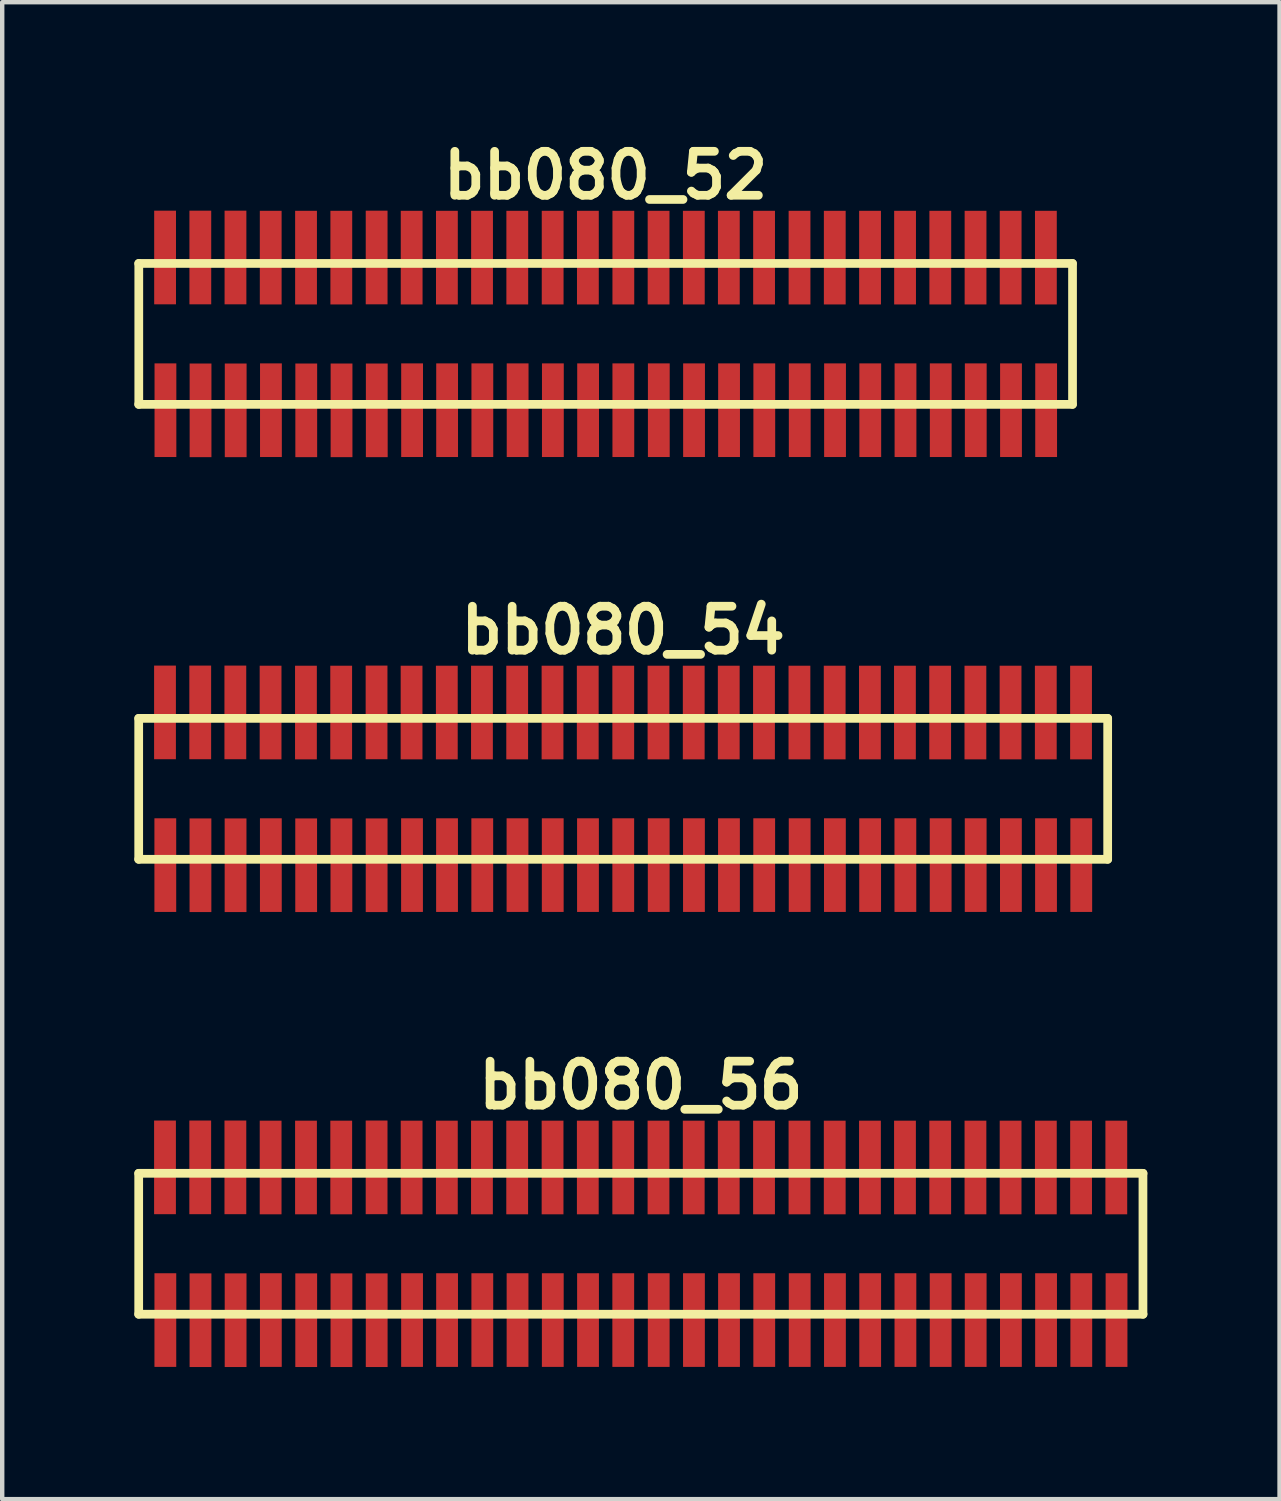
<source format=kicad_pcb>
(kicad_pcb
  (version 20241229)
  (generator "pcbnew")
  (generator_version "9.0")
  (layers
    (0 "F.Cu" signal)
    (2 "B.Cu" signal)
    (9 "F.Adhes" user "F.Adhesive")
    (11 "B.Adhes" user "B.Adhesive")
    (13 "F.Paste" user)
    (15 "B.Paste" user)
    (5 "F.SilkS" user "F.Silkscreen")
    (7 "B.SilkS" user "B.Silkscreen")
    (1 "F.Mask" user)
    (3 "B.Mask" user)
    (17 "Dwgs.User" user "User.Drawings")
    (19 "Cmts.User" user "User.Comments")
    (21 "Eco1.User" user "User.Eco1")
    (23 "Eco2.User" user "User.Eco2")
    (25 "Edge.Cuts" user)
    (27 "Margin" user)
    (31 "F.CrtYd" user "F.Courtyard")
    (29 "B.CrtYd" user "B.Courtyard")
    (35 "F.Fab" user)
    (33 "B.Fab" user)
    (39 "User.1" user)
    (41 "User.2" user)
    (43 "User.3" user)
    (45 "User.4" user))
  (footprint "bb080_56"
    (layer "F.Cu")
    (at 11.499 25.188)
    (property "Reference" "bb080_56" (at 0 -3.599 0) (layer "F.SilkS") (effects (font (size 0.998 0.998) (thickness 0.198))))
    (attr smd)
    (fp_line (start -11.4 -1.6) (end -11.4 1.6) (stroke (width 0.198) (type solid)) (layer "F.SilkS"))
    (fp_line (start -11.4 -1.6) (end 11.402 -1.6) (stroke (width 0.198) (type solid)) (layer "F.SilkS"))
    (fp_line (start 11.4 1.6) (end 11.4 -1.6) (stroke (width 0.198) (type solid)) (layer "F.SilkS"))
    (fp_line (start 11.402 1.6) (end -11.4 1.6) (stroke (width 0.198) (type solid)) (layer "F.SilkS"))
    (pad "1" smd rect (at -10.795 1.732) (size 0.495 2.126) (layers "F.Cu" "F.Mask" "F.Paste"))
    (pad "2" smd rect (at -10.803 -1.735) (size 0.495 2.126) (layers "F.Cu" "F.Mask" "F.Paste"))
    (pad "3" smd rect (at -9.997 1.735) (size 0.495 2.126) (layers "F.Cu" "F.Mask" "F.Paste"))
    (pad "4" smd rect (at -10.003 -1.735) (size 0.495 2.126) (layers "F.Cu" "F.Mask" "F.Paste"))
    (pad "5" smd rect (at -9.2 1.735) (size 0.495 2.126) (layers "F.Cu" "F.Mask" "F.Paste"))
    (pad "6" smd rect (at -9.205 -1.735) (size 0.495 2.126) (layers "F.Cu" "F.Mask" "F.Paste"))
    (pad "7" smd rect (at -8.4 1.732) (size 0.495 2.126) (layers "F.Cu" "F.Mask" "F.Paste"))
    (pad "8" smd rect (at -8.405 -1.732) (size 0.495 2.126) (layers "F.Cu" "F.Mask" "F.Paste"))
    (pad "9" smd rect (at -7.597 1.735) (size 0.495 2.126) (layers "F.Cu" "F.Mask" "F.Paste"))
    (pad "10" smd rect (at -7.602 -1.732) (size 0.495 2.126) (layers "F.Cu" "F.Mask" "F.Paste"))
    (pad "11" smd rect (at -6.797 1.735) (size 0.495 2.126) (layers "F.Cu" "F.Mask" "F.Paste"))
    (pad "12" smd rect (at -6.802 -1.732) (size 0.495 2.126) (layers "F.Cu" "F.Mask" "F.Paste"))
    (pad "13" smd rect (at -5.997 1.735) (size 0.495 2.126) (layers "F.Cu" "F.Mask" "F.Paste"))
    (pad "14" smd rect (at -5.999 -1.735) (size 0.495 2.126) (layers "F.Cu" "F.Mask" "F.Paste"))
    (pad "15" smd rect (at -5.194 1.732) (size 0.495 2.126) (layers "F.Cu" "F.Mask" "F.Paste"))
    (pad "16" smd rect (at -5.204 -1.732) (size 0.495 2.126) (layers "F.Cu" "F.Mask" "F.Paste"))
    (pad "17" smd rect (at -4.399 1.732) (size 0.495 2.126) (layers "F.Cu" "F.Mask" "F.Paste"))
    (pad "18" smd rect (at -4.404 -1.732) (size 0.495 2.126) (layers "F.Cu" "F.Mask" "F.Paste"))
    (pad "19" smd rect (at -3.599 1.732) (size 0.495 2.126) (layers "F.Cu" "F.Mask" "F.Paste"))
    (pad "20" smd rect (at -3.607 -1.732) (size 0.495 2.126) (layers "F.Cu" "F.Mask" "F.Paste"))
    (pad "21" smd rect (at -2.799 1.732) (size 0.495 2.126) (layers "F.Cu" "F.Mask" "F.Paste"))
    (pad "22" smd rect (at -2.807 -1.732) (size 0.495 2.126) (layers "F.Cu" "F.Mask" "F.Paste"))
    (pad "23" smd rect (at -1.999 1.732) (size 0.495 2.126) (layers "F.Cu" "F.Mask" "F.Paste"))
    (pad "24" smd rect (at -2.004 -1.732) (size 0.495 2.126) (layers "F.Cu" "F.Mask" "F.Paste"))
    (pad "25" smd rect (at -1.199 1.732) (size 0.495 2.126) (layers "F.Cu" "F.Mask" "F.Paste"))
    (pad "26" smd rect (at -1.204 -1.732) (size 0.495 2.126) (layers "F.Cu" "F.Mask" "F.Paste"))
    (pad "27" smd rect (at -0.399 1.732) (size 0.495 2.126) (layers "F.Cu" "F.Mask" "F.Paste"))
    (pad "28" smd rect (at -0.399 -1.732) (size 0.495 2.126) (layers "F.Cu" "F.Mask" "F.Paste"))
    (pad "29" smd rect (at 0.406 1.732) (size 0.495 2.126) (layers "F.Cu" "F.Mask" "F.Paste"))
    (pad "30" smd rect (at 0.401 -1.732) (size 0.495 2.126) (layers "F.Cu" "F.Mask" "F.Paste"))
    (pad "31" smd rect (at 1.206 1.732) (size 0.495 2.126) (layers "F.Cu" "F.Mask" "F.Paste"))
    (pad "32" smd rect (at 1.201 -1.732) (size 0.495 2.126) (layers "F.Cu" "F.Mask" "F.Paste"))
    (pad "33" smd rect (at 2.002 1.732) (size 0.495 2.126) (layers "F.Cu" "F.Mask" "F.Paste"))
    (pad "34" smd rect (at 1.996 -1.732) (size 0.495 2.126) (layers "F.Cu" "F.Mask" "F.Paste"))
    (pad "35" smd rect (at 2.802 1.732) (size 0.495 2.126) (layers "F.Cu" "F.Mask" "F.Paste"))
    (pad "36" smd rect (at 2.797 -1.732) (size 0.495 2.126) (layers "F.Cu" "F.Mask" "F.Paste"))
    (pad "37" smd rect (at 3.607 1.732) (size 0.495 2.126) (layers "F.Cu" "F.Mask" "F.Paste"))
    (pad "38" smd rect (at 3.602 -1.732) (size 0.495 2.126) (layers "F.Cu" "F.Mask" "F.Paste"))
    (pad "39" smd rect (at 4.407 1.732) (size 0.495 2.126) (layers "F.Cu" "F.Mask" "F.Paste"))
    (pad "40" smd rect (at 4.402 -1.732) (size 0.495 2.126) (layers "F.Cu" "F.Mask" "F.Paste"))
    (pad "41" smd rect (at 5.207 1.732) (size 0.495 2.126) (layers "F.Cu" "F.Mask" "F.Paste"))
    (pad "42" smd rect (at 5.202 -1.732) (size 0.495 2.126) (layers "F.Cu" "F.Mask" "F.Paste"))
    (pad "43" smd rect (at 6.007 1.732) (size 0.495 2.126) (layers "F.Cu" "F.Mask" "F.Paste"))
    (pad "44" smd rect (at 5.997 -1.732) (size 0.495 2.126) (layers "F.Cu" "F.Mask" "F.Paste"))
    (pad "45" smd rect (at 6.807 1.732) (size 0.495 2.126) (layers "F.Cu" "F.Mask" "F.Paste"))
    (pad "46" smd rect (at 6.797 -1.732) (size 0.495 2.126) (layers "F.Cu" "F.Mask" "F.Paste"))
    (pad "47" smd rect (at 7.602 1.732) (size 0.495 2.126) (layers "F.Cu" "F.Mask" "F.Paste"))
    (pad "48" smd rect (at 7.597 -1.732) (size 0.495 2.126) (layers "F.Cu" "F.Mask" "F.Paste"))
    (pad "49" smd rect (at 8.402 1.732) (size 0.495 2.126) (layers "F.Cu" "F.Mask" "F.Paste"))
    (pad "50" smd rect (at 8.395 -1.732) (size 0.495 2.126) (layers "F.Cu" "F.Mask" "F.Paste"))
    (pad "51" smd rect (at 9.2 1.732) (size 0.495 2.126) (layers "F.Cu" "F.Mask" "F.Paste"))
    (pad "52" smd rect (at 9.195 -1.732) (size 0.495 2.126) (layers "F.Cu" "F.Mask" "F.Paste"))
    (pad "53" smd rect (at 10 1.732) (size 0.495 2.126) (layers "F.Cu" "F.Mask" "F.Paste"))
    (pad "54" smd rect (at 9.995 -1.732) (size 0.495 2.126) (layers "F.Cu" "F.Mask" "F.Paste"))
    (pad "55" smd rect (at 10.8 1.732) (size 0.495 2.126) (layers "F.Cu" "F.Mask" "F.Paste"))
    (pad "56" smd rect (at 10.795 -1.732) (size 0.495 2.126) (layers "F.Cu" "F.Mask" "F.Paste")))
  (footprint "bb080_52"
    (layer "F.Cu")
    (at 10.698 4.531)
    (property "Reference" "bb080_52" (at 0 -3.599 0) (layer "F.SilkS") (effects (font (size 0.998 0.998) (thickness 0.198))))
    (attr smd)
    (fp_line (start -10.599 1.6) (end 10.599 1.6) (stroke (width 0.198) (type solid)) (layer "F.SilkS"))
    (fp_line (start -10.597 -1.6) (end -10.597 1.6) (stroke (width 0.198) (type solid)) (layer "F.SilkS"))
    (fp_line (start 10.599 -1.6) (end -10.599 -1.6) (stroke (width 0.198) (type solid)) (layer "F.SilkS"))
    (fp_line (start 10.602 1.6) (end 10.602 -1.6) (stroke (width 0.198) (type solid)) (layer "F.SilkS"))
    (pad "1" smd rect (at -9.992 1.732) (size 0.495 2.126) (layers "F.Cu" "F.Mask" "F.Paste"))
    (pad "2" smd rect (at -10 -1.735) (size 0.495 2.126) (layers "F.Cu" "F.Mask" "F.Paste"))
    (pad "3" smd rect (at -9.195 1.735) (size 0.495 2.126) (layers "F.Cu" "F.Mask" "F.Paste"))
    (pad "4" smd rect (at -9.2 -1.735) (size 0.495 2.126) (layers "F.Cu" "F.Mask" "F.Paste"))
    (pad "5" smd rect (at -8.397 1.735) (size 0.495 2.126) (layers "F.Cu" "F.Mask" "F.Paste"))
    (pad "6" smd rect (at -8.402 -1.735) (size 0.495 2.126) (layers "F.Cu" "F.Mask" "F.Paste"))
    (pad "7" smd rect (at -7.597 1.732) (size 0.495 2.126) (layers "F.Cu" "F.Mask" "F.Paste"))
    (pad "8" smd rect (at -7.602 -1.732) (size 0.495 2.126) (layers "F.Cu" "F.Mask" "F.Paste"))
    (pad "9" smd rect (at -6.795 1.735) (size 0.495 2.126) (layers "F.Cu" "F.Mask" "F.Paste"))
    (pad "10" smd rect (at -6.8 -1.732) (size 0.495 2.126) (layers "F.Cu" "F.Mask" "F.Paste"))
    (pad "11" smd rect (at -5.994 1.735) (size 0.495 2.126) (layers "F.Cu" "F.Mask" "F.Paste"))
    (pad "12" smd rect (at -5.999 -1.732) (size 0.495 2.126) (layers "F.Cu" "F.Mask" "F.Paste"))
    (pad "13" smd rect (at -5.194 1.735) (size 0.495 2.126) (layers "F.Cu" "F.Mask" "F.Paste"))
    (pad "14" smd rect (at -5.197 -1.735) (size 0.495 2.126) (layers "F.Cu" "F.Mask" "F.Paste"))
    (pad "15" smd rect (at -4.392 1.732) (size 0.495 2.126) (layers "F.Cu" "F.Mask" "F.Paste"))
    (pad "16" smd rect (at -4.402 -1.732) (size 0.495 2.126) (layers "F.Cu" "F.Mask" "F.Paste"))
    (pad "17" smd rect (at -3.597 1.732) (size 0.495 2.126) (layers "F.Cu" "F.Mask" "F.Paste"))
    (pad "18" smd rect (at -3.602 -1.732) (size 0.495 2.126) (layers "F.Cu" "F.Mask" "F.Paste"))
    (pad "19" smd rect (at -2.797 1.732) (size 0.495 2.126) (layers "F.Cu" "F.Mask" "F.Paste"))
    (pad "20" smd rect (at -2.804 -1.732) (size 0.495 2.126) (layers "F.Cu" "F.Mask" "F.Paste"))
    (pad "21" smd rect (at -1.996 1.732) (size 0.495 2.126) (layers "F.Cu" "F.Mask" "F.Paste"))
    (pad "22" smd rect (at -2.004 -1.732) (size 0.495 2.126) (layers "F.Cu" "F.Mask" "F.Paste"))
    (pad "23" smd rect (at -1.196 1.732) (size 0.495 2.126) (layers "F.Cu" "F.Mask" "F.Paste"))
    (pad "24" smd rect (at -1.201 -1.732) (size 0.495 2.126) (layers "F.Cu" "F.Mask" "F.Paste"))
    (pad "25" smd rect (at -0.396 1.732) (size 0.495 2.126) (layers "F.Cu" "F.Mask" "F.Paste"))
    (pad "26" smd rect (at -0.401 -1.732) (size 0.495 2.126) (layers "F.Cu" "F.Mask" "F.Paste"))
    (pad "27" smd rect (at 0.404 1.732) (size 0.495 2.126) (layers "F.Cu" "F.Mask" "F.Paste"))
    (pad "28" smd rect (at 0.404 -1.732) (size 0.495 2.126) (layers "F.Cu" "F.Mask" "F.Paste"))
    (pad "29" smd rect (at 1.209 1.732) (size 0.495 2.126) (layers "F.Cu" "F.Mask" "F.Paste"))
    (pad "30" smd rect (at 1.204 -1.732) (size 0.495 2.126) (layers "F.Cu" "F.Mask" "F.Paste"))
    (pad "31" smd rect (at 2.009 1.732) (size 0.495 2.126) (layers "F.Cu" "F.Mask" "F.Paste"))
    (pad "32" smd rect (at 2.004 -1.732) (size 0.495 2.126) (layers "F.Cu" "F.Mask" "F.Paste"))
    (pad "33" smd rect (at 2.804 1.732) (size 0.495 2.126) (layers "F.Cu" "F.Mask" "F.Paste"))
    (pad "34" smd rect (at 2.799 -1.732) (size 0.495 2.126) (layers "F.Cu" "F.Mask" "F.Paste"))
    (pad "35" smd rect (at 3.604 1.732) (size 0.495 2.126) (layers "F.Cu" "F.Mask" "F.Paste"))
    (pad "36" smd rect (at 3.599 -1.732) (size 0.495 2.126) (layers "F.Cu" "F.Mask" "F.Paste"))
    (pad "37" smd rect (at 4.409 1.732) (size 0.495 2.126) (layers "F.Cu" "F.Mask" "F.Paste"))
    (pad "38" smd rect (at 4.404 -1.732) (size 0.495 2.126) (layers "F.Cu" "F.Mask" "F.Paste"))
    (pad "39" smd rect (at 5.21 1.732) (size 0.495 2.126) (layers "F.Cu" "F.Mask" "F.Paste"))
    (pad "40" smd rect (at 5.204 -1.732) (size 0.495 2.126) (layers "F.Cu" "F.Mask" "F.Paste"))
    (pad "41" smd rect (at 6.01 1.732) (size 0.495 2.126) (layers "F.Cu" "F.Mask" "F.Paste"))
    (pad "42" smd rect (at 6.005 -1.732) (size 0.495 2.126) (layers "F.Cu" "F.Mask" "F.Paste"))
    (pad "43" smd rect (at 6.81 1.732) (size 0.495 2.126) (layers "F.Cu" "F.Mask" "F.Paste"))
    (pad "44" smd rect (at 6.8 -1.732) (size 0.495 2.126) (layers "F.Cu" "F.Mask" "F.Paste"))
    (pad "45" smd rect (at 7.61 1.732) (size 0.495 2.126) (layers "F.Cu" "F.Mask" "F.Paste"))
    (pad "46" smd rect (at 7.6 -1.732) (size 0.495 2.126) (layers "F.Cu" "F.Mask" "F.Paste"))
    (pad "47" smd rect (at 8.405 1.732) (size 0.495 2.126) (layers "F.Cu" "F.Mask" "F.Paste"))
    (pad "48" smd rect (at 8.4 -1.732) (size 0.495 2.126) (layers "F.Cu" "F.Mask" "F.Paste"))
    (pad "49" smd rect (at 9.205 1.732) (size 0.495 2.126) (layers "F.Cu" "F.Mask" "F.Paste"))
    (pad "50" smd rect (at 9.197 -1.732) (size 0.495 2.126) (layers "F.Cu" "F.Mask" "F.Paste"))
    (pad "51" smd rect (at 10.003 1.732) (size 0.495 2.126) (layers "F.Cu" "F.Mask" "F.Paste"))
    (pad "52" smd rect (at 9.997 -1.732) (size 0.495 2.126) (layers "F.Cu" "F.Mask" "F.Paste")))
  (footprint "bb080_54"
    (layer "F.Cu")
    (at 11.097 14.859)
    (property "Reference" "bb080_54" (at 0 -3.599 0) (layer "F.SilkS") (effects (font (size 0.998 0.998) (thickness 0.198))))
    (attr smd)
    (fp_line (start -10.998 -1.6) (end -10.998 1.6) (stroke (width 0.198) (type solid)) (layer "F.SilkS"))
    (fp_line (start -10.998 1.6) (end 11.001 1.6) (stroke (width 0.198) (type solid)) (layer "F.SilkS"))
    (fp_line (start 11.001 -1.6) (end -10.998 -1.6) (stroke (width 0.198) (type solid)) (layer "F.SilkS"))
    (fp_line (start 11.001 1.6) (end 11.001 -1.6) (stroke (width 0.198) (type solid)) (layer "F.SilkS"))
    (pad "1" smd rect (at -10.394 1.732) (size 0.495 2.126) (layers "F.Cu" "F.Mask" "F.Paste"))
    (pad "2" smd rect (at -10.401 -1.735) (size 0.495 2.126) (layers "F.Cu" "F.Mask" "F.Paste"))
    (pad "3" smd rect (at -9.596 1.735) (size 0.495 2.126) (layers "F.Cu" "F.Mask" "F.Paste"))
    (pad "4" smd rect (at -9.601 -1.735) (size 0.495 2.126) (layers "F.Cu" "F.Mask" "F.Paste"))
    (pad "5" smd rect (at -8.799 1.735) (size 0.495 2.126) (layers "F.Cu" "F.Mask" "F.Paste"))
    (pad "6" smd rect (at -8.804 -1.735) (size 0.495 2.126) (layers "F.Cu" "F.Mask" "F.Paste"))
    (pad "7" smd rect (at -7.998 1.732) (size 0.495 2.126) (layers "F.Cu" "F.Mask" "F.Paste"))
    (pad "8" smd rect (at -8.004 -1.732) (size 0.495 2.126) (layers "F.Cu" "F.Mask" "F.Paste"))
    (pad "9" smd rect (at -7.196 1.735) (size 0.495 2.126) (layers "F.Cu" "F.Mask" "F.Paste"))
    (pad "10" smd rect (at -7.201 -1.732) (size 0.495 2.126) (layers "F.Cu" "F.Mask" "F.Paste"))
    (pad "11" smd rect (at -6.396 1.735) (size 0.495 2.126) (layers "F.Cu" "F.Mask" "F.Paste"))
    (pad "12" smd rect (at -6.401 -1.732) (size 0.495 2.126) (layers "F.Cu" "F.Mask" "F.Paste"))
    (pad "13" smd rect (at -5.596 1.735) (size 0.495 2.126) (layers "F.Cu" "F.Mask" "F.Paste"))
    (pad "14" smd rect (at -5.598 -1.735) (size 0.495 2.126) (layers "F.Cu" "F.Mask" "F.Paste"))
    (pad "15" smd rect (at -4.793 1.732) (size 0.495 2.126) (layers "F.Cu" "F.Mask" "F.Paste"))
    (pad "16" smd rect (at -4.803 -1.732) (size 0.495 2.126) (layers "F.Cu" "F.Mask" "F.Paste"))
    (pad "17" smd rect (at -3.998 1.732) (size 0.495 2.126) (layers "F.Cu" "F.Mask" "F.Paste"))
    (pad "18" smd rect (at -4.003 -1.732) (size 0.495 2.126) (layers "F.Cu" "F.Mask" "F.Paste"))
    (pad "19" smd rect (at -3.198 1.732) (size 0.495 2.126) (layers "F.Cu" "F.Mask" "F.Paste"))
    (pad "20" smd rect (at -3.205 -1.732) (size 0.495 2.126) (layers "F.Cu" "F.Mask" "F.Paste"))
    (pad "21" smd rect (at -2.398 1.732) (size 0.495 2.126) (layers "F.Cu" "F.Mask" "F.Paste"))
    (pad "22" smd rect (at -2.405 -1.732) (size 0.495 2.126) (layers "F.Cu" "F.Mask" "F.Paste"))
    (pad "23" smd rect (at -1.598 1.732) (size 0.495 2.126) (layers "F.Cu" "F.Mask" "F.Paste"))
    (pad "24" smd rect (at -1.603 -1.732) (size 0.495 2.126) (layers "F.Cu" "F.Mask" "F.Paste"))
    (pad "25" smd rect (at -0.798 1.732) (size 0.495 2.126) (layers "F.Cu" "F.Mask" "F.Paste"))
    (pad "26" smd rect (at -0.803 -1.732) (size 0.495 2.126) (layers "F.Cu" "F.Mask" "F.Paste"))
    (pad "27" smd rect (at 0.003 1.732) (size 0.495 2.126) (layers "F.Cu" "F.Mask" "F.Paste"))
    (pad "28" smd rect (at 0.003 -1.732) (size 0.495 2.126) (layers "F.Cu" "F.Mask" "F.Paste"))
    (pad "29" smd rect (at 0.808 1.732) (size 0.495 2.126) (layers "F.Cu" "F.Mask" "F.Paste"))
    (pad "30" smd rect (at 0.803 -1.732) (size 0.495 2.126) (layers "F.Cu" "F.Mask" "F.Paste"))
    (pad "31" smd rect (at 1.608 1.732) (size 0.495 2.126) (layers "F.Cu" "F.Mask" "F.Paste"))
    (pad "32" smd rect (at 1.603 -1.732) (size 0.495 2.126) (layers "F.Cu" "F.Mask" "F.Paste"))
    (pad "33" smd rect (at 2.403 1.732) (size 0.495 2.126) (layers "F.Cu" "F.Mask" "F.Paste"))
    (pad "34" smd rect (at 2.398 -1.732) (size 0.495 2.126) (layers "F.Cu" "F.Mask" "F.Paste"))
    (pad "35" smd rect (at 3.203 1.732) (size 0.495 2.126) (layers "F.Cu" "F.Mask" "F.Paste"))
    (pad "36" smd rect (at 3.198 -1.732) (size 0.495 2.126) (layers "F.Cu" "F.Mask" "F.Paste"))
    (pad "37" smd rect (at 4.008 1.732) (size 0.495 2.126) (layers "F.Cu" "F.Mask" "F.Paste"))
    (pad "38" smd rect (at 4.003 -1.732) (size 0.495 2.126) (layers "F.Cu" "F.Mask" "F.Paste"))
    (pad "39" smd rect (at 4.808 1.732) (size 0.495 2.126) (layers "F.Cu" "F.Mask" "F.Paste"))
    (pad "40" smd rect (at 4.803 -1.732) (size 0.495 2.126) (layers "F.Cu" "F.Mask" "F.Paste"))
    (pad "41" smd rect (at 5.608 1.732) (size 0.495 2.126) (layers "F.Cu" "F.Mask" "F.Paste"))
    (pad "42" smd rect (at 5.603 -1.732) (size 0.495 2.126) (layers "F.Cu" "F.Mask" "F.Paste"))
    (pad "43" smd rect (at 6.408 1.732) (size 0.495 2.126) (layers "F.Cu" "F.Mask" "F.Paste"))
    (pad "44" smd rect (at 6.398 -1.732) (size 0.495 2.126) (layers "F.Cu" "F.Mask" "F.Paste"))
    (pad "45" smd rect (at 7.209 1.732) (size 0.495 2.126) (layers "F.Cu" "F.Mask" "F.Paste"))
    (pad "46" smd rect (at 7.198 -1.732) (size 0.495 2.126) (layers "F.Cu" "F.Mask" "F.Paste"))
    (pad "47" smd rect (at 8.004 1.732) (size 0.495 2.126) (layers "F.Cu" "F.Mask" "F.Paste"))
    (pad "48" smd rect (at 7.998 -1.732) (size 0.495 2.126) (layers "F.Cu" "F.Mask" "F.Paste"))
    (pad "49" smd rect (at 8.804 1.732) (size 0.495 2.126) (layers "F.Cu" "F.Mask" "F.Paste"))
    (pad "50" smd rect (at 8.796 -1.732) (size 0.495 2.126) (layers "F.Cu" "F.Mask" "F.Paste"))
    (pad "51" smd rect (at 9.601 1.732) (size 0.495 2.126) (layers "F.Cu" "F.Mask" "F.Paste"))
    (pad "52" smd rect (at 9.596 -1.732) (size 0.495 2.126) (layers "F.Cu" "F.Mask" "F.Paste"))
    (pad "53" smd rect (at 10.401 1.732) (size 0.495 2.126) (layers "F.Cu" "F.Mask" "F.Paste"))
    (pad "54" smd rect (at 10.396 -1.732) (size 0.495 2.126) (layers "F.Cu" "F.Mask" "F.Paste")))
  (gr_rect
    (start -3 -3)
    (end 26 30.986)
    (stroke (width 0.1) (type default))
    (fill no)
    (layer "Edge.Cuts")))
</source>
